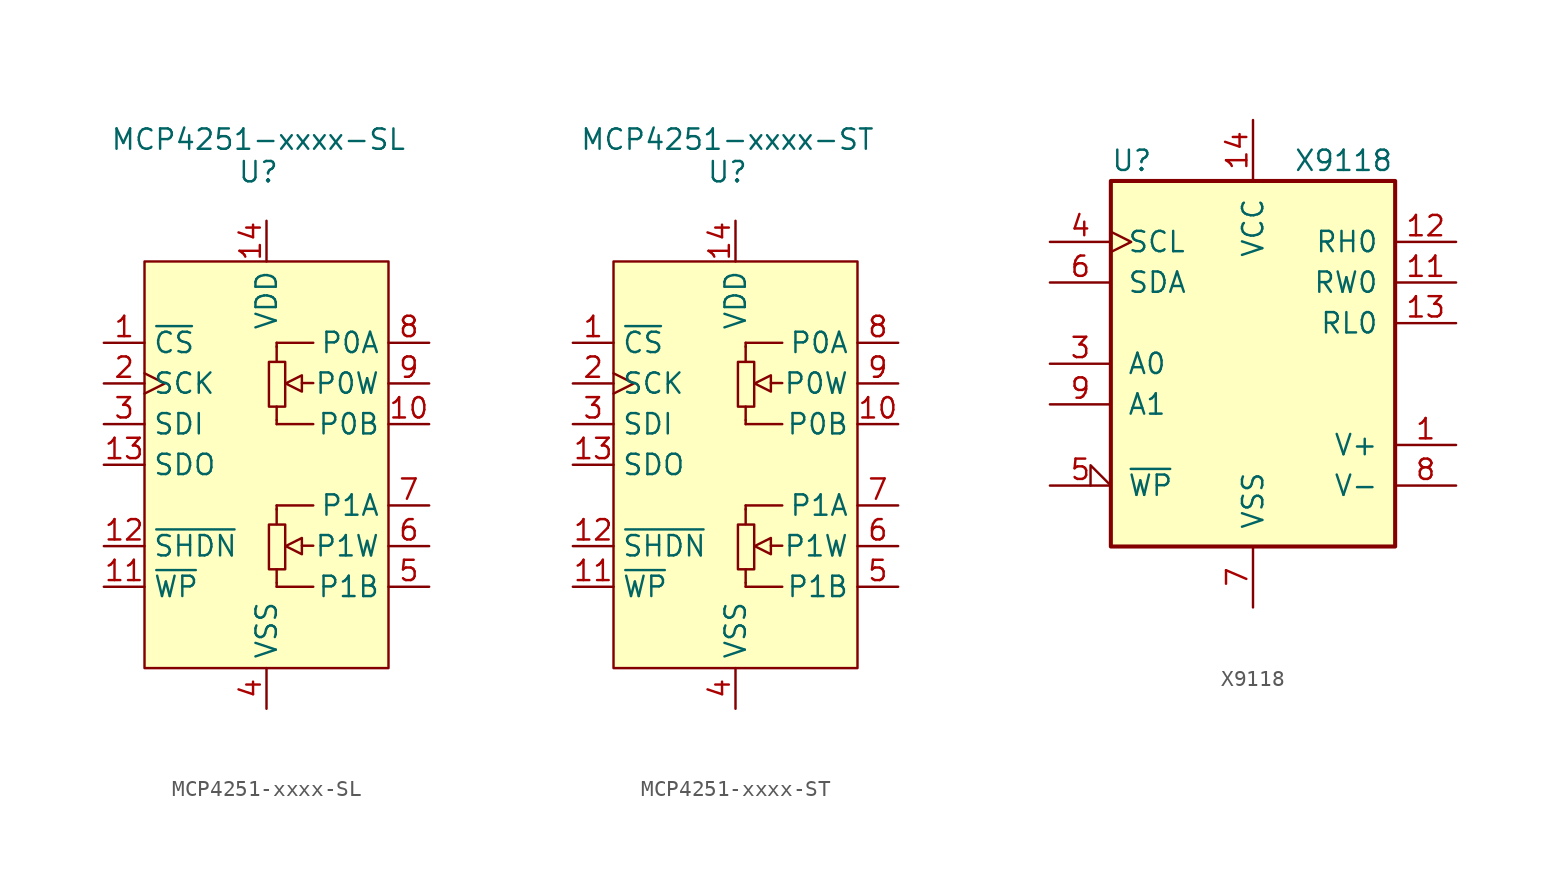
<source format=kicad_sym>
(kicad_symbol_lib
  (version 20211014)
  (generator kicad_symbol_editor)
  (symbol "MCP4251-xxxx-SL"
    (property "Reference" "U"
      (at -0.508 18.288 0)
      (effects (font (size 1.27 1.27))))
    (property "Value" "MCP4251-xxxx-SL"
      (at -0.508 20.32 0)
      (effects (font (size 1.27 1.27))))
    (symbol "MCP4251-xxxx-SL_1_1"
      (polyline (pts (xy 0.635 -7.366) (xy 0.635 -6.528)) (stroke (width 0) (type default) (color 0 0 0 0)) (fill (type none)))
      (polyline (pts (xy 0.635 -2.769) (xy 0.635 -3.708)) (stroke (width 0) (type default) (color 0 0 0 0)) (fill (type none)))
      (polyline (pts (xy 0.635 2.794) (xy 0.635 3.632)) (stroke (width 0) (type default) (color 0 0 0 0)) (fill (type none)))
      (polyline (pts (xy 0.635 7.391) (xy 0.635 6.452)) (stroke (width 0) (type default) (color 0 0 0 0)) (fill (type none)))
      (polyline (pts (xy 2.21 -5.055) (xy 2.921 -5.055)) (stroke (width 0) (type default) (color 0 0 0 0)) (fill (type none)))
      (polyline (pts (xy 2.21 5.105) (xy 2.921 5.105)) (stroke (width 0) (type default) (color 0 0 0 0)) (fill (type none)))
      (polyline (pts (xy 0.635 -7.62) (xy 0.635 -7.366) (xy 0.635 -7.366)) (stroke (width 0) (type default) (color 0 0 0 0)) (fill (type background)))
      (polyline (pts (xy 0.635 -7.62) (xy 2.921 -7.62) (xy 2.921 -7.62)) (stroke (width 0) (type default) (color 0 0 0 0)) (fill (type background)))
      (polyline (pts (xy 0.635 -2.54) (xy 0.635 -2.794) (xy 0.635 -2.794)) (stroke (width 0) (type default) (color 0 0 0 0)) (fill (type none)))
      (polyline (pts (xy 0.635 -2.54) (xy 2.921 -2.54) (xy 2.921 -2.54)) (stroke (width 0) (type default) (color 0 0 0 0)) (fill (type background)))
      (polyline (pts (xy 0.635 2.54) (xy 0.635 2.794) (xy 0.635 2.794)) (stroke (width 0) (type default) (color 0 0 0 0)) (fill (type background)))
      (polyline (pts (xy 0.635 2.54) (xy 2.921 2.54) (xy 2.921 2.54)) (stroke (width 0) (type default) (color 0 0 0 0)) (fill (type background)))
      (polyline (pts (xy 0.635 7.62) (xy 0.635 7.366) (xy 0.635 7.366)) (stroke (width 0) (type default) (color 0 0 0 0)) (fill (type none)))
      (polyline (pts (xy 0.635 7.62) (xy 2.921 7.62) (xy 2.921 7.62)) (stroke (width 0) (type default) (color 0 0 0 0)) (fill (type background)))
      (polyline (pts (xy 2.21 -4.572) (xy 2.21 -5.588) (xy 1.194 -5.08) (xy 2.21 -4.572) (xy 2.21 -4.572)) (stroke (width 0) (type default) (color 0 0 0 0)) (fill (type background)))
      (polyline (pts (xy 2.21 5.588) (xy 2.21 4.572) (xy 1.194 5.08) (xy 2.21 5.588) (xy 2.21 5.588)) (stroke (width 0) (type default) (color 0 0 0 0)) (fill (type background)))
      (polyline (pts (xy 0 12.7) (xy 7.62 12.7) (xy 7.62 0) (xy 7.62 -12.7) (xy -7.62 -12.7) (xy -7.62 12.7) (xy 0 12.7)) (stroke (width 0) (type default) (color 0 0 0 0)) (fill (type background)))
      (rectangle (start 0.152 -3.734) (end 1.168 -6.528) (stroke (width 0) (type default) (color 0 0 0 0)) (fill (type none)))
      (rectangle (start 0.152 6.426) (end 1.168 3.632) (stroke (width 0) (type default) (color 0 0 0 0)) (fill (type none)))
      (pin input line (at -10.16 7.62 0) (length 2.54) (name "~{CS}" (effects (font (size 1.27 1.27)))) (number "1" (effects (font (size 1.27 1.27)))))
      (pin passive line (at 10.16 2.54 180) (length 2.54) (name "P0B" (effects (font (size 1.27 1.27)))) (number "10" (effects (font (size 1.27 1.27)))))
      (pin input line (at -10.16 -7.62 0) (length 2.54) (name "~{WP}" (effects (font (size 1.27 1.27)))) (number "11" (effects (font (size 1.27 1.27)))))
      (pin input line (at -10.16 -5.08 0) (length 2.54) (name "~{SHDN}" (effects (font (size 1.27 1.27)))) (number "12" (effects (font (size 1.27 1.27)))))
      (pin output line (at -10.16 0 0) (length 2.54) (name "SDO" (effects (font (size 1.27 1.27)))) (number "13" (effects (font (size 1.27 1.27)))))
      (pin power_in line (at 0 15.24 270) (length 2.54) (name "VDD" (effects (font (size 1.27 1.27)))) (number "14" (effects (font (size 1.27 1.27)))))
      (pin input clock (at -10.16 5.08 0) (length 2.54) (name "SCK" (effects (font (size 1.27 1.27)))) (number "2" (effects (font (size 1.27 1.27)))))
      (pin input line (at -10.16 2.54 0) (length 2.54) (name "SDI" (effects (font (size 1.27 1.27)))) (number "3" (effects (font (size 1.27 1.27)))))
      (pin power_in line (at 0 -15.24 90) (length 2.54) (name "VSS" (effects (font (size 1.27 1.27)))) (number "4" (effects (font (size 1.27 1.27)))))
      (pin passive line (at 10.16 -7.62 180) (length 2.54) (name "P1B" (effects (font (size 1.27 1.27)))) (number "5" (effects (font (size 1.27 1.27)))))
      (pin passive line (at 10.16 -5.08 180) (length 2.54) (name "P1W" (effects (font (size 1.27 1.27)))) (number "6" (effects (font (size 1.27 1.27)))))
      (pin passive line (at 10.16 -2.54 180) (length 2.54) (name "P1A" (effects (font (size 1.27 1.27)))) (number "7" (effects (font (size 1.27 1.27)))))
      (pin passive line (at 10.16 7.62 180) (length 2.54) (name "P0A" (effects (font (size 1.27 1.27)))) (number "8" (effects (font (size 1.27 1.27)))))
      (pin passive line (at 10.16 5.08 180) (length 2.54) (name "P0W" (effects (font (size 1.27 1.27)))) (number "9" (effects (font (size 1.27 1.27)))))))
  (symbol "MCP4251-xxxx-ST"
    (property "Reference" "U"
      (at -0.508 18.288 0)
      (effects (font (size 1.27 1.27))))
    (property "Value" "MCP4251-xxxx-ST"
      (at -0.508 20.32 0)
      (effects (font (size 1.27 1.27))))
    (symbol "MCP4251-xxxx-ST_1_1"
      (polyline (pts (xy 0.635 -7.366) (xy 0.635 -6.528)) (stroke (width 0) (type default) (color 0 0 0 0)) (fill (type none)))
      (polyline (pts (xy 0.635 -2.769) (xy 0.635 -3.708)) (stroke (width 0) (type default) (color 0 0 0 0)) (fill (type none)))
      (polyline (pts (xy 0.635 2.794) (xy 0.635 3.632)) (stroke (width 0) (type default) (color 0 0 0 0)) (fill (type none)))
      (polyline (pts (xy 0.635 7.391) (xy 0.635 6.452)) (stroke (width 0) (type default) (color 0 0 0 0)) (fill (type none)))
      (polyline (pts (xy 2.21 -5.055) (xy 2.921 -5.055)) (stroke (width 0) (type default) (color 0 0 0 0)) (fill (type none)))
      (polyline (pts (xy 2.21 5.105) (xy 2.921 5.105)) (stroke (width 0) (type default) (color 0 0 0 0)) (fill (type none)))
      (polyline (pts (xy 0.635 -7.62) (xy 0.635 -7.366) (xy 0.635 -7.366)) (stroke (width 0) (type default) (color 0 0 0 0)) (fill (type background)))
      (polyline (pts (xy 0.635 -7.62) (xy 2.921 -7.62) (xy 2.921 -7.62)) (stroke (width 0) (type default) (color 0 0 0 0)) (fill (type background)))
      (polyline (pts (xy 0.635 -2.54) (xy 0.635 -2.794) (xy 0.635 -2.794)) (stroke (width 0) (type default) (color 0 0 0 0)) (fill (type none)))
      (polyline (pts (xy 0.635 -2.54) (xy 2.921 -2.54) (xy 2.921 -2.54)) (stroke (width 0) (type default) (color 0 0 0 0)) (fill (type background)))
      (polyline (pts (xy 0.635 2.54) (xy 0.635 2.794) (xy 0.635 2.794)) (stroke (width 0) (type default) (color 0 0 0 0)) (fill (type background)))
      (polyline (pts (xy 0.635 2.54) (xy 2.921 2.54) (xy 2.921 2.54)) (stroke (width 0) (type default) (color 0 0 0 0)) (fill (type background)))
      (polyline (pts (xy 0.635 7.62) (xy 0.635 7.366) (xy 0.635 7.366)) (stroke (width 0) (type default) (color 0 0 0 0)) (fill (type none)))
      (polyline (pts (xy 0.635 7.62) (xy 2.921 7.62) (xy 2.921 7.62)) (stroke (width 0) (type default) (color 0 0 0 0)) (fill (type background)))
      (polyline (pts (xy 2.21 -4.572) (xy 2.21 -5.588) (xy 1.194 -5.08) (xy 2.21 -4.572) (xy 2.21 -4.572)) (stroke (width 0) (type default) (color 0 0 0 0)) (fill (type background)))
      (polyline (pts (xy 2.21 5.588) (xy 2.21 4.572) (xy 1.194 5.08) (xy 2.21 5.588) (xy 2.21 5.588)) (stroke (width 0) (type default) (color 0 0 0 0)) (fill (type background)))
      (polyline (pts (xy 0 12.7) (xy 7.62 12.7) (xy 7.62 0) (xy 7.62 -12.7) (xy -7.62 -12.7) (xy -7.62 12.7) (xy 0 12.7)) (stroke (width 0) (type default) (color 0 0 0 0)) (fill (type background)))
      (rectangle (start 0.152 -3.734) (end 1.168 -6.528) (stroke (width 0) (type default) (color 0 0 0 0)) (fill (type none)))
      (rectangle (start 0.152 6.426) (end 1.168 3.632) (stroke (width 0) (type default) (color 0 0 0 0)) (fill (type none)))
      (pin input line (at -10.16 7.62 0) (length 2.54) (name "~{CS}" (effects (font (size 1.27 1.27)))) (number "1" (effects (font (size 1.27 1.27)))))
      (pin passive line (at 10.16 2.54 180) (length 2.54) (name "P0B" (effects (font (size 1.27 1.27)))) (number "10" (effects (font (size 1.27 1.27)))))
      (pin input line (at -10.16 -7.62 0) (length 2.54) (name "~{WP}" (effects (font (size 1.27 1.27)))) (number "11" (effects (font (size 1.27 1.27)))))
      (pin input line (at -10.16 -5.08 0) (length 2.54) (name "~{SHDN}" (effects (font (size 1.27 1.27)))) (number "12" (effects (font (size 1.27 1.27)))))
      (pin output line (at -10.16 0 0) (length 2.54) (name "SDO" (effects (font (size 1.27 1.27)))) (number "13" (effects (font (size 1.27 1.27)))))
      (pin power_in line (at 0 15.24 270) (length 2.54) (name "VDD" (effects (font (size 1.27 1.27)))) (number "14" (effects (font (size 1.27 1.27)))))
      (pin input clock (at -10.16 5.08 0) (length 2.54) (name "SCK" (effects (font (size 1.27 1.27)))) (number "2" (effects (font (size 1.27 1.27)))))
      (pin input line (at -10.16 2.54 0) (length 2.54) (name "SDI" (effects (font (size 1.27 1.27)))) (number "3" (effects (font (size 1.27 1.27)))))
      (pin power_in line (at 0 -15.24 90) (length 2.54) (name "VSS" (effects (font (size 1.27 1.27)))) (number "4" (effects (font (size 1.27 1.27)))))
      (pin passive line (at 10.16 -7.62 180) (length 2.54) (name "P1B" (effects (font (size 1.27 1.27)))) (number "5" (effects (font (size 1.27 1.27)))))
      (pin passive line (at 10.16 -5.08 180) (length 2.54) (name "P1W" (effects (font (size 1.27 1.27)))) (number "6" (effects (font (size 1.27 1.27)))))
      (pin passive line (at 10.16 -2.54 180) (length 2.54) (name "P1A" (effects (font (size 1.27 1.27)))) (number "7" (effects (font (size 1.27 1.27)))))
      (pin passive line (at 10.16 7.62 180) (length 2.54) (name "P0A" (effects (font (size 1.27 1.27)))) (number "8" (effects (font (size 1.27 1.27)))))
      (pin passive line (at 10.16 5.08 180) (length 2.54) (name "P0W" (effects (font (size 1.27 1.27)))) (number "9" (effects (font (size 1.27 1.27)))))))
  (symbol "X9118"
    (pin_names
      (offset 1.016))
    (property "Reference" "U"
      (at -8.89 12.7 0)
      (effects (font (size 1.27 1.27)) (justify left)))
    (property "Value" "X9118"
      (at 2.54 12.7 0)
      (effects (font (size 1.27 1.27)) (justify left)))
    (symbol "X9118_0_0"
      (pin passive line (at 12.7 -5.08 180) (length 3.81) (name "V+" (effects (font (size 1.27 1.27)))) (number "1" (effects (font (size 1.27 1.27)))))
      (pin power_in line (at 0 15.24 270) (length 3.81) (name "VCC" (effects (font (size 1.27 1.27)))) (number "14" (effects (font (size 1.27 1.27)))))
      (pin input line (at -12.7 0 0) (length 3.81) (name "A0" (effects (font (size 1.27 1.27)))) (number "3" (effects (font (size 1.27 1.27)))))
      (pin input clock (at -12.7 7.62 0) (length 3.81) (name "SCL" (effects (font (size 1.27 1.27)))) (number "4" (effects (font (size 1.27 1.27)))))
      (pin bidirectional line (at -12.7 5.08 0) (length 3.81) (name "SDA" (effects (font (size 1.27 1.27)))) (number "6" (effects (font (size 1.27 1.27)))))
      (pin power_in line (at 0 -15.24 90) (length 3.81) (name "VSS" (effects (font (size 1.27 1.27)))) (number "7" (effects (font (size 1.27 1.27)))))
      (pin passive line (at 12.7 -7.62 180) (length 3.81) (name "V-" (effects (font (size 1.27 1.27)))) (number "8" (effects (font (size 1.27 1.27)))))
      (pin input line (at -12.7 -2.54 0) (length 3.81) (name "A1" (effects (font (size 1.27 1.27)))) (number "9" (effects (font (size 1.27 1.27))))))
    (symbol "X9118_0_1"
      (rectangle (start -8.89 11.43) (end 8.89 -11.43) (stroke (width 0.254) (type default) (color 0 0 0 0)) (fill (type background))))
    (symbol "X9118_1_1"
      (pin passive line (at 12.7 5.08 180) (length 3.81) (name "RW0" (effects (font (size 1.27 1.27)))) (number "11" (effects (font (size 1.27 1.27)))))
      (pin passive line (at 12.7 7.62 180) (length 3.81) (name "RH0" (effects (font (size 1.27 1.27)))) (number "12" (effects (font (size 1.27 1.27)))))
      (pin passive line (at 12.7 2.54 180) (length 3.81) (name "RL0" (effects (font (size 1.27 1.27)))) (number "13" (effects (font (size 1.27 1.27)))))
      (pin input input_low (at -12.7 -7.62 0) (length 3.81) (name "~{WP}" (effects (font (size 1.27 1.27)))) (number "5" (effects (font (size 1.27 1.27))))))))
</source>
